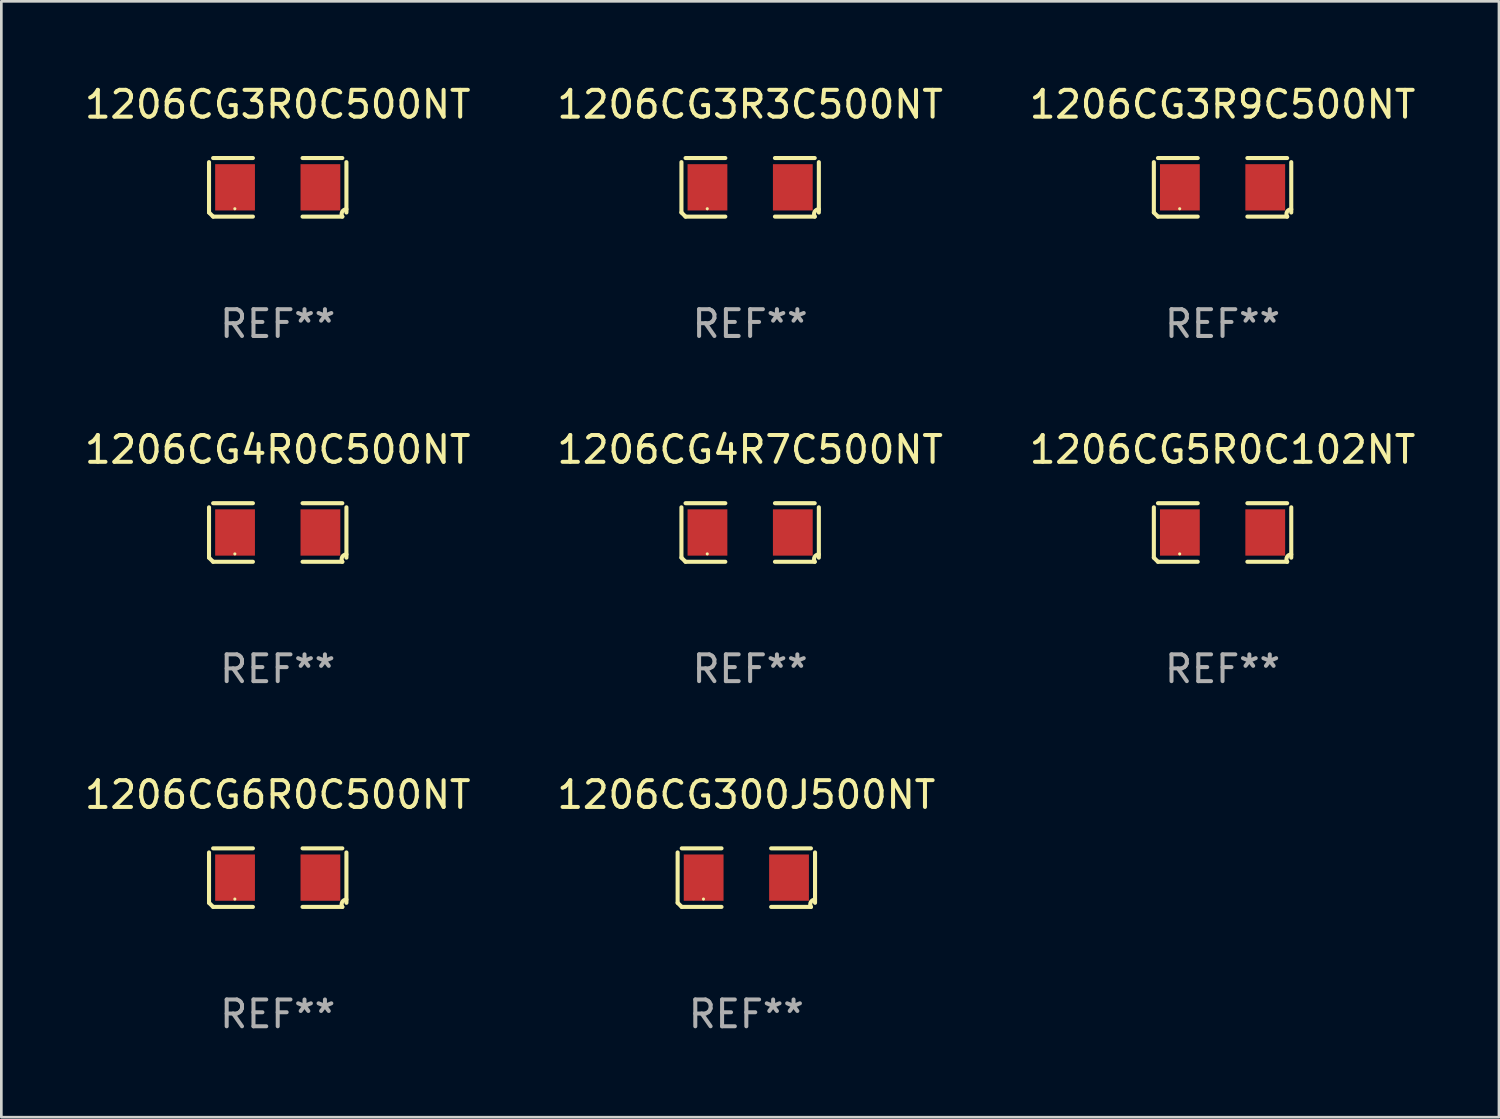
<source format=kicad_pcb>
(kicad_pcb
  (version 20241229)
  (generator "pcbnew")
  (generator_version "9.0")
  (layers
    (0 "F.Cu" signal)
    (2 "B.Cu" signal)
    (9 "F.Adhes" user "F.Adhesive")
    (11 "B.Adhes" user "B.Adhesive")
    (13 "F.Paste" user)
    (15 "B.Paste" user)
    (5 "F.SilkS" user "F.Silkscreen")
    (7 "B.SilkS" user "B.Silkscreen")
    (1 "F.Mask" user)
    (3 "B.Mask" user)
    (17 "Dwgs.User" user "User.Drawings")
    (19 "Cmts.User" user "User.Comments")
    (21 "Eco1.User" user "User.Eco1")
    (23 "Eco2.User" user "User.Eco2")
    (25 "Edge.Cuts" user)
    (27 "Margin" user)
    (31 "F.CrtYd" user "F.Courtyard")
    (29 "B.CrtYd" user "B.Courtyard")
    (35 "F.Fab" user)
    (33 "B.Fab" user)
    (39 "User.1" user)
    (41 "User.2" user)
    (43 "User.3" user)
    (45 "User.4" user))
  (footprint "1206CG3R0C500NT"
    (layer "F.Cu")
    (at 7.315 3.941)
    (property "Reference" "1206CG3R0C500NT" (at 0 -3.093 0) (layer "F.SilkS") (effects (font (size 1 1) (thickness 0.15))))
    (attr through_hole)
    (fp_line (start -2.564 0.94) (end -2.564 -0.94) (stroke (width 0.152) (type solid)) (layer "F.SilkS"))
    (fp_line (start -2.411 -1.093) (end -0.926 -1.093) (stroke (width 0.152) (type solid)) (layer "F.SilkS"))
    (fp_line (start -0.926 1.093) (end -2.411 1.093) (stroke (width 0.152) (type solid)) (layer "F.SilkS"))
    (fp_line (start 0.926 1.093) (end 2.411 1.093) (stroke (width 0.152) (type solid)) (layer "F.SilkS"))
    (fp_line (start 2.411 -1.093) (end 0.926 -1.093) (stroke (width 0.152) (type solid)) (layer "F.SilkS"))
    (fp_line (start 2.564 0.94) (end 2.564 -0.94) (stroke (width 0.152) (type solid)) (layer "F.SilkS"))
    (fp_arc (start -2.411201 1.092609) (mid -2.487413 1.01642) (end -2.563602 0.940208) (stroke (width 0.1524) (type solid)) (layer "F.SilkS"))
    (fp_arc (start 2.411201 1.092609) (mid 2.407159 0.911226) (end 2.563602 0.819347) (stroke (width 0.1524) (type solid)) (layer "F.SilkS"))
    (fp_circle (center -1.6 0.8) (end -1.57 0.8) (stroke (width 0.06) (type solid)) (fill no) (layer "F.SilkS"))
    (fp_text user "REF**" (at 0 5.093 0) (layer "F.Fab") (effects (font (size 1 1) (thickness 0.15))))
    (pad "1" smd rect (at -1.593 0) (size 1.485 1.728) (layers "F.Cu" "F.Mask" "F.Paste"))
    (pad "2" smd rect (at 1.593 0) (size 1.485 1.728) (layers "F.Cu" "F.Mask" "F.Paste")))
  (footprint "1206CG300J500NT"
    (layer "F.Cu")
    (at 24.804 29.704)
    (property "Reference" "1206CG300J500NT" (at 0 -3.093 0) (layer "F.SilkS") (effects (font (size 1 1) (thickness 0.15))))
    (attr through_hole)
    (fp_line (start -2.564 0.94) (end -2.564 -0.94) (stroke (width 0.152) (type solid)) (layer "F.SilkS"))
    (fp_line (start -2.411 -1.093) (end -0.926 -1.093) (stroke (width 0.152) (type solid)) (layer "F.SilkS"))
    (fp_line (start -0.926 1.093) (end -2.411 1.093) (stroke (width 0.152) (type solid)) (layer "F.SilkS"))
    (fp_line (start 0.926 1.093) (end 2.411 1.093) (stroke (width 0.152) (type solid)) (layer "F.SilkS"))
    (fp_line (start 2.411 -1.093) (end 0.926 -1.093) (stroke (width 0.152) (type solid)) (layer "F.SilkS"))
    (fp_line (start 2.564 0.94) (end 2.564 -0.94) (stroke (width 0.152) (type solid)) (layer "F.SilkS"))
    (fp_arc (start -2.411201 1.092609) (mid -2.487413 1.01642) (end -2.563602 0.940208) (stroke (width 0.1524) (type solid)) (layer "F.SilkS"))
    (fp_arc (start 2.411201 1.092609) (mid 2.407159 0.911226) (end 2.563602 0.819347) (stroke (width 0.1524) (type solid)) (layer "F.SilkS"))
    (fp_circle (center -1.6 0.8) (end -1.57 0.8) (stroke (width 0.06) (type solid)) (fill no) (layer "F.SilkS"))
    (fp_text user "REF**" (at 0 5.093 0) (layer "F.Fab") (effects (font (size 1 1) (thickness 0.15))))
    (pad "1" smd rect (at -1.593 0) (size 1.485 1.728) (layers "F.Cu" "F.Mask" "F.Paste"))
    (pad "2" smd rect (at 1.593 0) (size 1.485 1.728) (layers "F.Cu" "F.Mask" "F.Paste")))
  (footprint "1206CG3R9C500NT"
    (layer "F.Cu")
    (at 42.577 3.941)
    (property "Reference" "1206CG3R9C500NT" (at 0 -3.093 0) (layer "F.SilkS") (effects (font (size 1 1) (thickness 0.15))))
    (attr through_hole)
    (fp_line (start -2.564 0.94) (end -2.564 -0.94) (stroke (width 0.152) (type solid)) (layer "F.SilkS"))
    (fp_line (start -2.411 -1.093) (end -0.926 -1.093) (stroke (width 0.152) (type solid)) (layer "F.SilkS"))
    (fp_line (start -0.926 1.093) (end -2.411 1.093) (stroke (width 0.152) (type solid)) (layer "F.SilkS"))
    (fp_line (start 0.926 1.093) (end 2.411 1.093) (stroke (width 0.152) (type solid)) (layer "F.SilkS"))
    (fp_line (start 2.411 -1.093) (end 0.926 -1.093) (stroke (width 0.152) (type solid)) (layer "F.SilkS"))
    (fp_line (start 2.564 0.94) (end 2.564 -0.94) (stroke (width 0.152) (type solid)) (layer "F.SilkS"))
    (fp_arc (start -2.411201 1.092609) (mid -2.487413 1.01642) (end -2.563602 0.940208) (stroke (width 0.1524) (type solid)) (layer "F.SilkS"))
    (fp_arc (start 2.411201 1.092609) (mid 2.407159 0.911226) (end 2.563602 0.819347) (stroke (width 0.1524) (type solid)) (layer "F.SilkS"))
    (fp_circle (center -1.6 0.8) (end -1.57 0.8) (stroke (width 0.06) (type solid)) (fill no) (layer "F.SilkS"))
    (fp_text user "REF**" (at 0 5.093 0) (layer "F.Fab") (effects (font (size 1 1) (thickness 0.15))))
    (pad "1" smd rect (at -1.593 0) (size 1.485 1.728) (layers "F.Cu" "F.Mask" "F.Paste"))
    (pad "2" smd rect (at 1.593 0) (size 1.485 1.728) (layers "F.Cu" "F.Mask" "F.Paste")))
  (footprint "1206CG6R0C500NT"
    (layer "F.Cu")
    (at 7.315 29.704)
    (property "Reference" "1206CG6R0C500NT" (at 0 -3.093 0) (layer "F.SilkS") (effects (font (size 1 1) (thickness 0.15))))
    (attr through_hole)
    (fp_line (start -2.564 0.94) (end -2.564 -0.94) (stroke (width 0.152) (type solid)) (layer "F.SilkS"))
    (fp_line (start -2.411 -1.093) (end -0.926 -1.093) (stroke (width 0.152) (type solid)) (layer "F.SilkS"))
    (fp_line (start -0.926 1.093) (end -2.411 1.093) (stroke (width 0.152) (type solid)) (layer "F.SilkS"))
    (fp_line (start 0.926 1.093) (end 2.411 1.093) (stroke (width 0.152) (type solid)) (layer "F.SilkS"))
    (fp_line (start 2.411 -1.093) (end 0.926 -1.093) (stroke (width 0.152) (type solid)) (layer "F.SilkS"))
    (fp_line (start 2.564 0.94) (end 2.564 -0.94) (stroke (width 0.152) (type solid)) (layer "F.SilkS"))
    (fp_arc (start -2.411201 1.092609) (mid -2.487413 1.01642) (end -2.563602 0.940208) (stroke (width 0.1524) (type solid)) (layer "F.SilkS"))
    (fp_arc (start 2.411201 1.092609) (mid 2.407159 0.911226) (end 2.563602 0.819347) (stroke (width 0.1524) (type solid)) (layer "F.SilkS"))
    (fp_circle (center -1.6 0.8) (end -1.57 0.8) (stroke (width 0.06) (type solid)) (fill no) (layer "F.SilkS"))
    (fp_text user "REF**" (at 0 5.093 0) (layer "F.Fab") (effects (font (size 1 1) (thickness 0.15))))
    (pad "1" smd rect (at -1.593 0) (size 1.485 1.728) (layers "F.Cu" "F.Mask" "F.Paste"))
    (pad "2" smd rect (at 1.593 0) (size 1.485 1.728) (layers "F.Cu" "F.Mask" "F.Paste")))
  (footprint "1206CG4R7C500NT"
    (layer "F.Cu")
    (at 24.946 16.823)
    (property "Reference" "1206CG4R7C500NT" (at 0 -3.093 0) (layer "F.SilkS") (effects (font (size 1 1) (thickness 0.15))))
    (attr through_hole)
    (fp_line (start -2.564 0.94) (end -2.564 -0.94) (stroke (width 0.152) (type solid)) (layer "F.SilkS"))
    (fp_line (start -2.411 -1.093) (end -0.926 -1.093) (stroke (width 0.152) (type solid)) (layer "F.SilkS"))
    (fp_line (start -0.926 1.093) (end -2.411 1.093) (stroke (width 0.152) (type solid)) (layer "F.SilkS"))
    (fp_line (start 0.926 1.093) (end 2.411 1.093) (stroke (width 0.152) (type solid)) (layer "F.SilkS"))
    (fp_line (start 2.411 -1.093) (end 0.926 -1.093) (stroke (width 0.152) (type solid)) (layer "F.SilkS"))
    (fp_line (start 2.564 0.94) (end 2.564 -0.94) (stroke (width 0.152) (type solid)) (layer "F.SilkS"))
    (fp_arc (start -2.411201 1.092609) (mid -2.487413 1.01642) (end -2.563602 0.940208) (stroke (width 0.1524) (type solid)) (layer "F.SilkS"))
    (fp_arc (start 2.411201 1.092609) (mid 2.407159 0.911226) (end 2.563602 0.819347) (stroke (width 0.1524) (type solid)) (layer "F.SilkS"))
    (fp_circle (center -1.6 0.8) (end -1.57 0.8) (stroke (width 0.06) (type solid)) (fill no) (layer "F.SilkS"))
    (fp_text user "REF**" (at 0 5.093 0) (layer "F.Fab") (effects (font (size 1 1) (thickness 0.15))))
    (pad "1" smd rect (at -1.593 0) (size 1.485 1.728) (layers "F.Cu" "F.Mask" "F.Paste"))
    (pad "2" smd rect (at 1.593 0) (size 1.485 1.728) (layers "F.Cu" "F.Mask" "F.Paste")))
  (footprint "1206CG5R0C102NT"
    (layer "F.Cu")
    (at 42.577 16.823)
    (property "Reference" "1206CG5R0C102NT" (at 0 -3.093 0) (layer "F.SilkS") (effects (font (size 1 1) (thickness 0.15))))
    (attr through_hole)
    (fp_line (start -2.564 0.94) (end -2.564 -0.94) (stroke (width 0.152) (type solid)) (layer "F.SilkS"))
    (fp_line (start -2.411 -1.093) (end -0.926 -1.093) (stroke (width 0.152) (type solid)) (layer "F.SilkS"))
    (fp_line (start -0.926 1.093) (end -2.411 1.093) (stroke (width 0.152) (type solid)) (layer "F.SilkS"))
    (fp_line (start 0.926 1.093) (end 2.411 1.093) (stroke (width 0.152) (type solid)) (layer "F.SilkS"))
    (fp_line (start 2.411 -1.093) (end 0.926 -1.093) (stroke (width 0.152) (type solid)) (layer "F.SilkS"))
    (fp_line (start 2.564 0.94) (end 2.564 -0.94) (stroke (width 0.152) (type solid)) (layer "F.SilkS"))
    (fp_arc (start -2.411201 1.092609) (mid -2.487413 1.01642) (end -2.563602 0.940208) (stroke (width 0.1524) (type solid)) (layer "F.SilkS"))
    (fp_arc (start 2.411201 1.092609) (mid 2.407159 0.911226) (end 2.563602 0.819347) (stroke (width 0.1524) (type solid)) (layer "F.SilkS"))
    (fp_circle (center -1.6 0.8) (end -1.57 0.8) (stroke (width 0.06) (type solid)) (fill no) (layer "F.SilkS"))
    (fp_text user "REF**" (at 0 5.093 0) (layer "F.Fab") (effects (font (size 1 1) (thickness 0.15))))
    (pad "1" smd rect (at -1.593 0) (size 1.485 1.728) (layers "F.Cu" "F.Mask" "F.Paste"))
    (pad "2" smd rect (at 1.593 0) (size 1.485 1.728) (layers "F.Cu" "F.Mask" "F.Paste")))
  (footprint "1206CG4R0C500NT"
    (layer "F.Cu")
    (at 7.315 16.823)
    (property "Reference" "1206CG4R0C500NT" (at 0 -3.093 0) (layer "F.SilkS") (effects (font (size 1 1) (thickness 0.15))))
    (attr through_hole)
    (fp_line (start -2.564 0.94) (end -2.564 -0.94) (stroke (width 0.152) (type solid)) (layer "F.SilkS"))
    (fp_line (start -2.411 -1.093) (end -0.926 -1.093) (stroke (width 0.152) (type solid)) (layer "F.SilkS"))
    (fp_line (start -0.926 1.093) (end -2.411 1.093) (stroke (width 0.152) (type solid)) (layer "F.SilkS"))
    (fp_line (start 0.926 1.093) (end 2.411 1.093) (stroke (width 0.152) (type solid)) (layer "F.SilkS"))
    (fp_line (start 2.411 -1.093) (end 0.926 -1.093) (stroke (width 0.152) (type solid)) (layer "F.SilkS"))
    (fp_line (start 2.564 0.94) (end 2.564 -0.94) (stroke (width 0.152) (type solid)) (layer "F.SilkS"))
    (fp_arc (start -2.411201 1.092609) (mid -2.487413 1.01642) (end -2.563602 0.940208) (stroke (width 0.1524) (type solid)) (layer "F.SilkS"))
    (fp_arc (start 2.411201 1.092609) (mid 2.407159 0.911226) (end 2.563602 0.819347) (stroke (width 0.1524) (type solid)) (layer "F.SilkS"))
    (fp_circle (center -1.6 0.8) (end -1.57 0.8) (stroke (width 0.06) (type solid)) (fill no) (layer "F.SilkS"))
    (fp_text user "REF**" (at 0 5.093 0) (layer "F.Fab") (effects (font (size 1 1) (thickness 0.15))))
    (pad "1" smd rect (at -1.593 0) (size 1.485 1.728) (layers "F.Cu" "F.Mask" "F.Paste"))
    (pad "2" smd rect (at 1.593 0) (size 1.485 1.728) (layers "F.Cu" "F.Mask" "F.Paste")))
  (footprint "1206CG3R3C500NT"
    (layer "F.Cu")
    (at 24.946 3.941)
    (property "Reference" "1206CG3R3C500NT" (at 0 -3.093 0) (layer "F.SilkS") (effects (font (size 1 1) (thickness 0.15))))
    (attr through_hole)
    (fp_line (start -2.564 0.94) (end -2.564 -0.94) (stroke (width 0.152) (type solid)) (layer "F.SilkS"))
    (fp_line (start -2.411 -1.093) (end -0.926 -1.093) (stroke (width 0.152) (type solid)) (layer "F.SilkS"))
    (fp_line (start -0.926 1.093) (end -2.411 1.093) (stroke (width 0.152) (type solid)) (layer "F.SilkS"))
    (fp_line (start 0.926 1.093) (end 2.411 1.093) (stroke (width 0.152) (type solid)) (layer "F.SilkS"))
    (fp_line (start 2.411 -1.093) (end 0.926 -1.093) (stroke (width 0.152) (type solid)) (layer "F.SilkS"))
    (fp_line (start 2.564 0.94) (end 2.564 -0.94) (stroke (width 0.152) (type solid)) (layer "F.SilkS"))
    (fp_arc (start -2.411201 1.092609) (mid -2.487413 1.01642) (end -2.563602 0.940208) (stroke (width 0.1524) (type solid)) (layer "F.SilkS"))
    (fp_arc (start 2.411201 1.092609) (mid 2.407159 0.911226) (end 2.563602 0.819347) (stroke (width 0.1524) (type solid)) (layer "F.SilkS"))
    (fp_circle (center -1.6 0.8) (end -1.57 0.8) (stroke (width 0.06) (type solid)) (fill no) (layer "F.SilkS"))
    (fp_text user "REF**" (at 0 5.093 0) (layer "F.Fab") (effects (font (size 1 1) (thickness 0.15))))
    (pad "1" smd rect (at -1.593 0) (size 1.485 1.728) (layers "F.Cu" "F.Mask" "F.Paste"))
    (pad "2" smd rect (at 1.593 0) (size 1.485 1.728) (layers "F.Cu" "F.Mask" "F.Paste")))
  (gr_rect
    (start -3 -3)
    (end 52.893 38.645)
    (stroke (width 0.1) (type default))
    (fill no)
    (layer "Edge.Cuts")))
</source>
